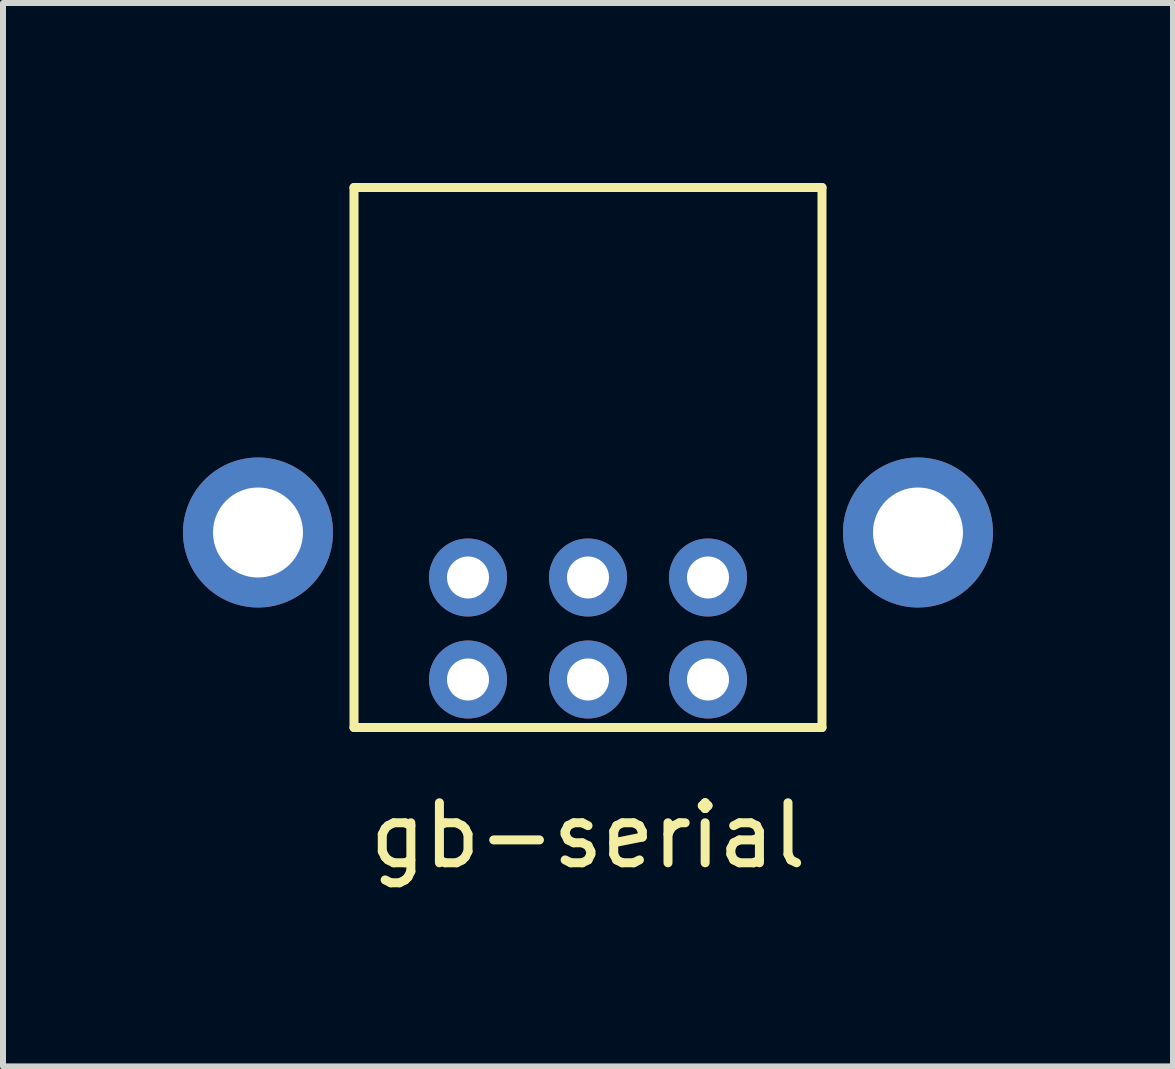
<source format=kicad_pcb>
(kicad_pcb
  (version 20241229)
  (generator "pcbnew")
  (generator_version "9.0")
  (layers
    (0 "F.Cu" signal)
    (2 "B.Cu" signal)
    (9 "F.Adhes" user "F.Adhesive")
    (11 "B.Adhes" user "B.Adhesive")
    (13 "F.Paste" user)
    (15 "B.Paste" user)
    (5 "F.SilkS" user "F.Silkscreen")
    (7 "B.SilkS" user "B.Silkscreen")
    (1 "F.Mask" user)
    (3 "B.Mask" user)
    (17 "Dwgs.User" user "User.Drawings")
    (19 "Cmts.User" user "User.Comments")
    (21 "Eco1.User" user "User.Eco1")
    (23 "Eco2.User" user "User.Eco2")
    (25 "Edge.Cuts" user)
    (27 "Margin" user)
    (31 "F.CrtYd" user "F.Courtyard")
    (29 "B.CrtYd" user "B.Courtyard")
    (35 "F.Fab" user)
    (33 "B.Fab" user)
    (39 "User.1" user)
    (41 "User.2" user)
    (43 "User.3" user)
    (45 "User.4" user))
  (footprint "gb-serial"
    (layer "F.Cu")
    (at 6.75 6.575)
    (property "Reference" "gb-serial" (at 0 4.3 0) (layer "F.SilkS") (effects (font (size 1 1) (thickness 0.15))))
    (attr through_hole)
    (fp_line (start -3.9 -6.5) (end 3.9 -6.5) (stroke (width 0.15) (type solid)) (layer "F.SilkS"))
    (fp_line (start -3.9 2.5) (end -3.9 -6.5) (stroke (width 0.15) (type solid)) (layer "F.SilkS"))
    (fp_line (start -3.9 2.5) (end 3.9 2.5) (stroke (width 0.15) (type solid)) (layer "F.SilkS"))
    (fp_line (start 3.9 2.5) (end 3.9 -6.5) (stroke (width 0.15) (type solid)) (layer "F.SilkS"))
    (pad "" thru_hole circle (at -5.5 -0.75) (size 2.5 2.5) (drill 1.5) (layers "*.Cu" "*.Mask"))
    (pad "" thru_hole circle (at 5.5 -0.75) (size 2.5 2.5) (drill 1.5) (layers "*.Cu" "*.Mask"))
    (pad "1" thru_hole circle (at -2 1.7) (size 1.3 1.3) (drill 0.7) (layers "*.Cu" "*.Mask"))
    (pad "2" thru_hole circle (at -2 0) (size 1.3 1.3) (drill 0.7) (layers "*.Cu" "*.Mask"))
    (pad "3" thru_hole circle (at 0 1.7) (size 1.3 1.3) (drill 0.7) (layers "*.Cu" "*.Mask"))
    (pad "4" thru_hole circle (at 0 0) (size 1.3 1.3) (drill 0.7) (layers "*.Cu" "*.Mask"))
    (pad "5" thru_hole circle (at 2 1.7) (size 1.3 1.3) (drill 0.7) (layers "*.Cu" "*.Mask"))
    (pad "6" thru_hole circle (at 2 0) (size 1.3 1.3) (drill 0.7) (layers "*.Cu" "*.Mask")))
  (gr_rect
    (start -3 -3)
    (end 16.5 14.723)
    (stroke (width 0.1) (type default))
    (fill no)
    (layer "Edge.Cuts")))
</source>
